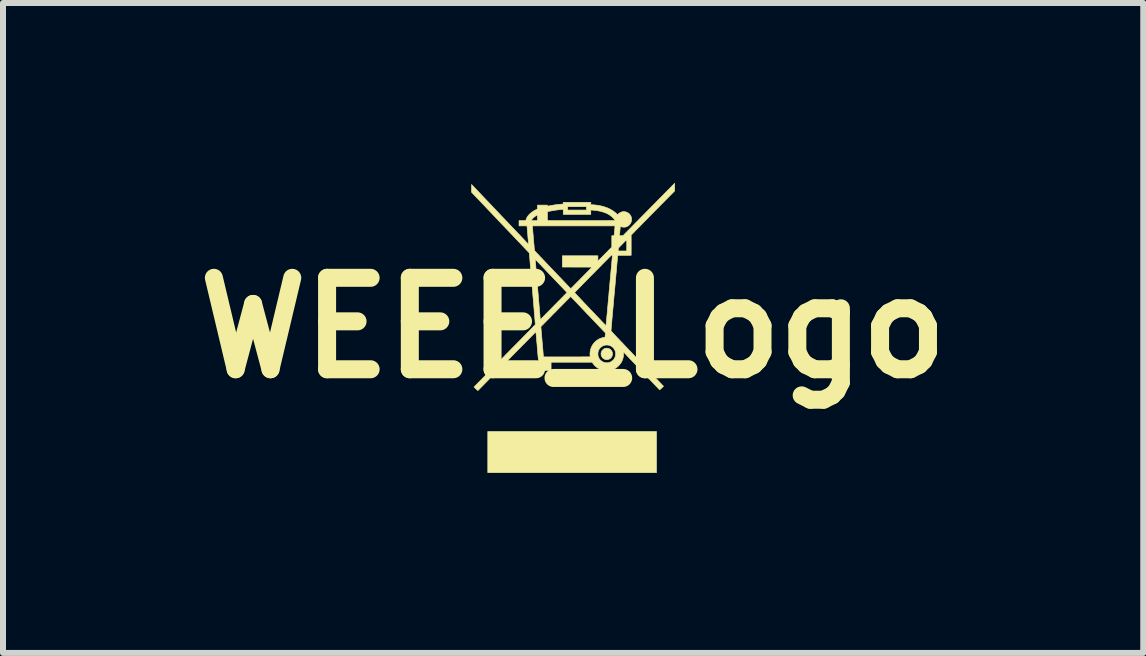
<source format=kicad_pcb>
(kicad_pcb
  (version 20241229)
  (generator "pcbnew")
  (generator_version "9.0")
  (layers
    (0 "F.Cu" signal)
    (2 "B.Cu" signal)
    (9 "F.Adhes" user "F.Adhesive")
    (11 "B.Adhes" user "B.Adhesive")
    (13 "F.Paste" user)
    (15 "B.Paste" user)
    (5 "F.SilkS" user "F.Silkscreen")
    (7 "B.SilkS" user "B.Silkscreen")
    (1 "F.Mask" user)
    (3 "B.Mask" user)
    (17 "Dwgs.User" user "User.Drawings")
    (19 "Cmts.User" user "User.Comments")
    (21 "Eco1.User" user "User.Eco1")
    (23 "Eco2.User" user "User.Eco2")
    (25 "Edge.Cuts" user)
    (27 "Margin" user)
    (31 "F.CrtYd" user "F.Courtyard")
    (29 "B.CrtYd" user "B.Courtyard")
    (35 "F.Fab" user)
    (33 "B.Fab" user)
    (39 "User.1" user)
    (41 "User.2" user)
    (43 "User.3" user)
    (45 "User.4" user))
  (footprint "WEEE_Logo"
    (layer "F.Cu")
    (at 6.502 2.415)
    (property "Reference" "WEEE_Logo" (at 0 0 0) (layer "F.SilkS") (effects (font (size 1.524 1.524) (thickness 0.3))))
    (attr through_hole)
    (fp_poly (pts (xy 1.39 2.413) (xy -1.422 2.413) (xy -1.422 1.727) (xy 1.39 1.727) (xy 1.39 2.413)) (stroke (width 0.01) (type solid)) (fill yes) (layer "F.SilkS"))
    (fp_poly (pts (xy 0.579 0.34) (xy 0.596 0.344) (xy 0.611 0.352) (xy 0.625 0.362) (xy 0.628 0.366) (xy 0.64 0.379) (xy 0.648 0.394) (xy 0.654 0.409) (xy 0.656 0.425) (xy 0.656 0.441) (xy 0.654 0.456) (xy 0.649 0.471) (xy 0.642 0.485) (xy 0.632 0.498) (xy 0.621 0.509) (xy 0.607 0.518) (xy 0.591 0.524) (xy 0.58 0.527) (xy 0.568 0.529) (xy 0.557 0.53) (xy 0.545 0.528) (xy 0.542 0.527) (xy 0.527 0.523) (xy 0.512 0.515) (xy 0.499 0.506) (xy 0.487 0.494) (xy 0.479 0.482) (xy 0.476 0.477) (xy 0.469 0.46) (xy 0.466 0.443) (xy 0.466 0.426) (xy 0.469 0.409) (xy 0.475 0.393) (xy 0.484 0.378) (xy 0.494 0.367) (xy 0.507 0.355) (xy 0.522 0.346) (xy 0.537 0.341) (xy 0.554 0.338) (xy 0.561 0.338) (xy 0.579 0.34)) (stroke (width 0.01) (type solid)) (fill yes) (layer "F.SilkS"))
    (fp_poly (pts (xy 1.693 -2.347) (xy 1.693 -2.283) (xy 1.325 -1.91) (xy 1.29 -1.875) (xy 1.257 -1.841) (xy 1.227 -1.81) (xy 1.198 -1.781) (xy 1.172 -1.755) (xy 1.148 -1.73) (xy 1.125 -1.707) (xy 1.105 -1.686) (xy 1.086 -1.667) (xy 1.069 -1.65) (xy 1.053 -1.634) (xy 1.039 -1.62) (xy 1.027 -1.607) (xy 1.016 -1.595) (xy 1.006 -1.585) (xy 0.997 -1.576) (xy 0.99 -1.569) (xy 0.983 -1.562) (xy 0.978 -1.556) (xy 0.974 -1.551) (xy 0.97 -1.547) (xy 0.967 -1.544) (xy 0.965 -1.542) (xy 0.963 -1.54) (xy 0.962 -1.538) (xy 0.962 -1.537) (xy 0.962 -1.537) (xy 0.962 -1.536) (xy 0.962 -1.536) (xy 0.962 -1.536) (xy 0.968 -1.535) (xy 0.968 -1.21) (xy 0.856 -1.209) (xy 0.833 -1.209) (xy 0.814 -1.209) (xy 0.798 -1.209) (xy 0.784 -1.209) (xy 0.773 -1.209) (xy 0.764 -1.209) (xy 0.757 -1.208) (xy 0.752 -1.208) (xy 0.748 -1.208) (xy 0.745 -1.208) (xy 0.744 -1.207) (xy 0.743 -1.207) (xy 0.743 -1.206) (xy 0.743 -1.205) (xy 0.743 -1.199) (xy 0.742 -1.191) (xy 0.741 -1.18) (xy 0.74 -1.166) (xy 0.738 -1.149) (xy 0.737 -1.129) (xy 0.735 -1.107) (xy 0.732 -1.082) (xy 0.73 -1.055) (xy 0.727 -1.026) (xy 0.725 -0.995) (xy 0.722 -0.962) (xy 0.719 -0.927) (xy 0.715 -0.89) (xy 0.712 -0.852) (xy 0.708 -0.812) (xy 0.705 -0.771) (xy 0.701 -0.729) (xy 0.697 -0.685) (xy 0.693 -0.641) (xy 0.689 -0.595) (xy 0.687 -0.58) (xy 0.683 -0.535) (xy 0.679 -0.49) (xy 0.675 -0.446) (xy 0.672 -0.403) (xy 0.668 -0.361) (xy 0.664 -0.321) (xy 0.661 -0.282) (xy 0.657 -0.245) (xy 0.654 -0.209) (xy 0.651 -0.175) (xy 0.648 -0.143) (xy 0.646 -0.113) (xy 0.643 -0.086) (xy 0.641 -0.06) (xy 0.639 -0.037) (xy 0.637 -0.016) (xy 0.636 0.002) (xy 0.635 0.017) (xy 0.633 0.029) (xy 0.633 0.039) (xy 0.632 0.045) (xy 0.632 0.048) (xy 0.632 0.048) (xy 0.632 0.049) (xy 0.633 0.051) (xy 0.635 0.053) (xy 0.637 0.055) (xy 0.64 0.059) (xy 0.644 0.063) (xy 0.649 0.068) (xy 0.654 0.075) (xy 0.661 0.082) (xy 0.669 0.091) (xy 0.678 0.1) (xy 0.688 0.111) (xy 0.7 0.124) (xy 0.713 0.138) (xy 0.727 0.153) (xy 0.743 0.17) (xy 0.761 0.188) (xy 0.78 0.209) (xy 0.801 0.231) (xy 0.824 0.254) (xy 0.848 0.28) (xy 0.874 0.308) (xy 0.903 0.338) (xy 0.933 0.37) (xy 0.966 0.404) (xy 1 0.44) (xy 1.037 0.479) (xy 1.057 0.5) (xy 1.089 0.534) (xy 1.12 0.566) (xy 1.15 0.598) (xy 1.18 0.629) (xy 1.209 0.659) (xy 1.237 0.689) (xy 1.264 0.717) (xy 1.29 0.744) (xy 1.314 0.77) (xy 1.338 0.795) (xy 1.36 0.819) (xy 1.381 0.841) (xy 1.4 0.861) (xy 1.418 0.88) (xy 1.434 0.897) (xy 1.449 0.912) (xy 1.462 0.925) (xy 1.472 0.937) (xy 1.481 0.946) (xy 1.488 0.953) (xy 1.492 0.958) (xy 1.495 0.96) (xy 1.495 0.96) (xy 1.507 0.973) (xy 1.476 1.003) (xy 1.467 1.011) (xy 1.459 1.018) (xy 1.453 1.024) (xy 1.447 1.029) (xy 1.444 1.032) (xy 1.443 1.033) (xy 1.442 1.031) (xy 1.438 1.028) (xy 1.433 1.022) (xy 1.425 1.014) (xy 1.416 1.005) (xy 1.405 0.993) (xy 1.392 0.98) (xy 1.378 0.965) (xy 1.362 0.949) (xy 1.345 0.931) (xy 1.327 0.912) (xy 1.308 0.892) (xy 1.288 0.871) (xy 1.267 0.85) (xy 1.246 0.827) (xy 1.224 0.804) (xy 1.202 0.781) (xy 1.179 0.757) (xy 1.156 0.733) (xy 1.133 0.709) (xy 1.11 0.685) (xy 1.087 0.661) (xy 1.065 0.637) (xy 1.043 0.614) (xy 1.021 0.591) (xy 1 0.569) (xy 0.98 0.548) (xy 0.961 0.528) (xy 0.942 0.509) (xy 0.925 0.49) (xy 0.909 0.474) (xy 0.894 0.458) (xy 0.881 0.444) (xy 0.87 0.432) (xy 0.86 0.422) (xy 0.852 0.413) (xy 0.847 0.408) (xy 0.84 0.4) (xy 0.841 0.42) (xy 0.841 0.448) (xy 0.838 0.476) (xy 0.832 0.505) (xy 0.823 0.532) (xy 0.812 0.558) (xy 0.802 0.577) (xy 0.784 0.602) (xy 0.764 0.626) (xy 0.742 0.647) (xy 0.718 0.665) (xy 0.692 0.681) (xy 0.664 0.694) (xy 0.634 0.704) (xy 0.617 0.708) (xy 0.611 0.709) (xy 0.605 0.71) (xy 0.599 0.711) (xy 0.592 0.711) (xy 0.583 0.712) (xy 0.571 0.712) (xy 0.562 0.712) (xy 0.549 0.712) (xy 0.539 0.712) (xy 0.531 0.712) (xy 0.524 0.711) (xy 0.518 0.71) (xy 0.512 0.709) (xy 0.506 0.708) (xy 0.476 0.7) (xy 0.447 0.689) (xy 0.42 0.675) (xy 0.395 0.658) (xy 0.371 0.639) (xy 0.35 0.617) (xy 0.332 0.593) (xy 0.328 0.588) (xy 0.318 0.572) (xy -0.025 0.572) (xy -0.367 0.572) (xy -0.367 0.71) (xy -0.544 0.71) (xy -0.544 0.572) (xy -0.552 0.569) (xy -0.561 0.563) (xy -0.569 0.556) (xy -0.575 0.547) (xy -0.576 0.543) (xy -0.577 0.541) (xy -0.577 0.538) (xy -0.578 0.532) (xy -0.579 0.525) (xy -0.58 0.516) (xy -0.581 0.504) (xy -0.583 0.49) (xy -0.584 0.474) (xy -0.586 0.455) (xy -0.588 0.433) (xy -0.59 0.409) (xy -0.592 0.382) (xy -0.595 0.351) (xy -0.598 0.318) (xy -0.599 0.301) (xy -0.601 0.273) (xy -0.604 0.246) (xy -0.606 0.22) (xy -0.608 0.196) (xy -0.61 0.173) (xy -0.612 0.152) (xy -0.614 0.132) (xy -0.615 0.115) (xy -0.617 0.1) (xy -0.618 0.088) (xy -0.619 0.078) (xy -0.62 0.071) (xy -0.62 0.067) (xy -0.62 0.066) (xy -0.622 0.067) (xy -0.625 0.071) (xy -0.631 0.076) (xy -0.639 0.084) (xy -0.648 0.094) (xy -0.66 0.106) (xy -0.673 0.119) (xy -0.689 0.135) (xy -0.705 0.152) (xy -0.724 0.17) (xy -0.743 0.19) (xy -0.764 0.211) (xy -0.787 0.234) (xy -0.81 0.258) (xy -0.835 0.282) (xy -0.86 0.308) (xy -0.886 0.335) (xy -0.913 0.362) (xy -0.941 0.39) (xy -0.969 0.418) (xy -0.997 0.447) (xy -1.026 0.476) (xy -1.055 0.506) (xy -1.085 0.536) (xy -1.114 0.566) (xy -1.143 0.595) (xy -1.173 0.625) (xy -1.202 0.654) (xy -1.23 0.684) (xy -1.259 0.712) (xy -1.287 0.74) (xy -1.314 0.768) (xy -1.34 0.795) (xy -1.366 0.821) (xy -1.391 0.846) (xy -1.414 0.87) (xy -1.437 0.893) (xy -1.459 0.915) (xy -1.479 0.936) (xy -1.498 0.955) (xy -1.515 0.973) (xy -1.531 0.989) (xy -1.545 1.003) (xy -1.558 1.016) (xy -1.568 1.027) (xy -1.577 1.035) (xy -1.583 1.042) (xy -1.585 1.043) (xy -1.586 1.044) (xy -1.587 1.044) (xy -1.589 1.044) (xy -1.591 1.042) (xy -1.595 1.038) (xy -1.601 1.034) (xy -1.608 1.027) (xy -1.617 1.018) (xy -1.619 1.017) (xy -1.627 1.009) (xy -1.635 1.001) (xy -1.642 0.995) (xy -1.647 0.99) (xy -1.65 0.987) (xy -1.651 0.985) (xy -1.65 0.984) (xy -1.646 0.981) (xy -1.64 0.975) (xy -1.633 0.967) (xy -1.623 0.956) (xy -1.611 0.944) (xy -1.597 0.93) (xy -1.581 0.914) (xy -1.564 0.896) (xy -1.545 0.877) (xy -1.524 0.856) (xy -1.502 0.833) (xy -1.478 0.809) (xy -1.453 0.783) (xy -1.427 0.757) (xy -1.399 0.729) (xy -1.37 0.699) (xy -1.341 0.669) (xy -1.31 0.638) (xy -1.278 0.605) (xy -1.245 0.572) (xy -1.212 0.538) (xy -1.178 0.504) (xy -1.143 0.469) (xy -1.141 0.466) (xy -1.099 0.424) (xy -1.06 0.384) (xy -1.023 0.346) (xy -0.988 0.311) (xy -0.955 0.278) (xy -0.925 0.247) (xy -0.896 0.218) (xy -0.869 0.191) (xy -0.845 0.165) (xy -0.821 0.142) (xy -0.8 0.12) (xy -0.78 0.1) (xy -0.762 0.081) (xy -0.746 0.065) (xy -0.73 0.049) (xy -0.717 0.035) (xy -0.704 0.022) (xy -0.693 0.011) (xy -0.683 0.000278) (xy -0.674 -0.009) (xy -0.666 -0.017) (xy -0.663 -0.021) (xy -0.537 -0.021) (xy -0.516 0.229) (xy -0.513 0.258) (xy -0.511 0.285) (xy -0.509 0.312) (xy -0.506 0.338) (xy -0.504 0.362) (xy -0.502 0.384) (xy -0.501 0.405) (xy -0.499 0.423) (xy -0.498 0.44) (xy -0.497 0.454) (xy -0.496 0.465) (xy -0.495 0.473) (xy -0.495 0.479) (xy -0.494 0.481) (xy -0.494 0.481) (xy -0.494 0.482) (xy -0.494 0.482) (xy -0.493 0.482) (xy -0.492 0.482) (xy -0.489 0.483) (xy -0.486 0.483) (xy -0.483 0.483) (xy -0.478 0.483) (xy -0.471 0.483) (xy -0.464 0.484) (xy -0.455 0.484) (xy -0.444 0.484) (xy -0.432 0.484) (xy -0.417 0.484) (xy -0.401 0.484) (xy -0.383 0.484) (xy -0.362 0.484) (xy -0.34 0.484) (xy -0.314 0.484) (xy -0.286 0.484) (xy -0.255 0.484) (xy -0.222 0.484) (xy -0.185 0.484) (xy -0.145 0.484) (xy -0.105 0.484) (xy -0.061 0.484) (xy -0.021 0.484) (xy 0.017 0.484) (xy 0.051 0.484) (xy 0.082 0.484) (xy 0.111 0.484) (xy 0.136 0.483) (xy 0.16 0.483) (xy 0.18 0.483) (xy 0.199 0.483) (xy 0.215 0.483) (xy 0.23 0.483) (xy 0.242 0.483) (xy 0.252 0.483) (xy 0.261 0.483) (xy 0.268 0.482) (xy 0.274 0.482) (xy 0.278 0.482) (xy 0.282 0.482) (xy 0.284 0.482) (xy 0.285 0.481) (xy 0.285 0.481) (xy 0.285 0.479) (xy 0.284 0.474) (xy 0.283 0.466) (xy 0.283 0.458) (xy 0.282 0.456) (xy 0.282 0.445) (xy 0.414 0.445) (xy 0.415 0.461) (xy 0.419 0.476) (xy 0.424 0.49) (xy 0.431 0.504) (xy 0.438 0.517) (xy 0.447 0.528) (xy 0.451 0.533) (xy 0.467 0.548) (xy 0.486 0.561) (xy 0.505 0.571) (xy 0.526 0.578) (xy 0.547 0.581) (xy 0.569 0.582) (xy 0.591 0.579) (xy 0.595 0.578) (xy 0.616 0.572) (xy 0.635 0.562) (xy 0.653 0.55) (xy 0.669 0.536) (xy 0.683 0.519) (xy 0.694 0.5) (xy 0.702 0.479) (xy 0.704 0.475) (xy 0.706 0.469) (xy 0.707 0.463) (xy 0.708 0.457) (xy 0.708 0.451) (xy 0.708 0.442) (xy 0.709 0.434) (xy 0.708 0.424) (xy 0.708 0.415) (xy 0.708 0.409) (xy 0.707 0.403) (xy 0.705 0.397) (xy 0.705 0.396) (xy 0.697 0.374) (xy 0.686 0.354) (xy 0.673 0.336) (xy 0.658 0.321) (xy 0.64 0.308) (xy 0.621 0.298) (xy 0.604 0.291) (xy 0.583 0.287) (xy 0.562 0.285) (xy 0.541 0.287) (xy 0.52 0.291) (xy 0.501 0.298) (xy 0.482 0.308) (xy 0.465 0.321) (xy 0.45 0.335) (xy 0.437 0.352) (xy 0.428 0.368) (xy 0.422 0.382) (xy 0.418 0.394) (xy 0.416 0.406) (xy 0.414 0.421) (xy 0.414 0.427) (xy 0.414 0.445) (xy 0.282 0.445) (xy 0.282 0.428) (xy 0.284 0.399) (xy 0.289 0.37) (xy 0.297 0.342) (xy 0.299 0.336) (xy 0.311 0.308) (xy 0.326 0.282) (xy 0.343 0.258) (xy 0.363 0.236) (xy 0.385 0.216) (xy 0.409 0.199) (xy 0.435 0.184) (xy 0.462 0.172) (xy 0.491 0.163) (xy 0.506 0.159) (xy 0.513 0.158) (xy 0.52 0.157) (xy 0.525 0.156) (xy 0.527 0.156) (xy 0.529 0.156) (xy 0.53 0.155) (xy 0.531 0.154) (xy 0.532 0.152) (xy 0.533 0.148) (xy 0.534 0.142) (xy 0.534 0.134) (xy 0.535 0.123) (xy 0.536 0.116) (xy 0.539 0.084) (xy 0.529 0.074) (xy 0.48 0.023) (xy 0.434 -0.026) (xy 0.389 -0.073) (xy 0.348 -0.117) (xy 0.308 -0.158) (xy 0.271 -0.198) (xy 0.235 -0.234) (xy 0.202 -0.269) (xy 0.172 -0.301) (xy 0.143 -0.331) (xy 0.117 -0.359) (xy 0.092 -0.385) (xy 0.07 -0.408) (xy 0.05 -0.429) (xy 0.032 -0.448) (xy 0.016 -0.465) (xy 0.002 -0.479) (xy -0.01 -0.492) (xy -0.02 -0.502) (xy -0.028 -0.51) (xy -0.034 -0.516) (xy -0.038 -0.521) (xy -0.04 -0.523) (xy -0.041 -0.523) (xy -0.042 -0.522) (xy -0.046 -0.518) (xy -0.051 -0.512) (xy -0.059 -0.505) (xy -0.068 -0.495) (xy -0.079 -0.484) (xy -0.092 -0.472) (xy -0.106 -0.458) (xy -0.121 -0.443) (xy -0.137 -0.426) (xy -0.154 -0.409) (xy -0.172 -0.391) (xy -0.184 -0.378) (xy -0.205 -0.357) (xy -0.227 -0.335) (xy -0.25 -0.312) (xy -0.273 -0.288) (xy -0.296 -0.264) (xy -0.32 -0.241) (xy -0.343 -0.218) (xy -0.364 -0.195) (xy -0.385 -0.174) (xy -0.404 -0.155) (xy -0.422 -0.137) (xy -0.431 -0.128) (xy -0.537 -0.021) (xy -0.663 -0.021) (xy -0.659 -0.024) (xy -0.653 -0.031) (xy -0.648 -0.036) (xy -0.644 -0.041) (xy -0.64 -0.044) (xy -0.637 -0.048) (xy -0.635 -0.05) (xy -0.633 -0.053) (xy -0.632 -0.054) (xy -0.631 -0.056) (xy -0.63 -0.057) (xy -0.63 -0.058) (xy -0.63 -0.058) (xy -0.63 -0.059) (xy -0.63 -0.061) (xy -0.63 -0.066) (xy -0.631 -0.075) (xy -0.632 -0.086) (xy -0.633 -0.101) (xy -0.635 -0.118) (xy -0.636 -0.138) (xy -0.638 -0.16) (xy -0.64 -0.185) (xy -0.643 -0.212) (xy -0.645 -0.241) (xy -0.648 -0.272) (xy -0.65 -0.305) (xy -0.653 -0.34) (xy -0.656 -0.377) (xy -0.66 -0.415) (xy -0.663 -0.454) (xy -0.666 -0.495) (xy -0.67 -0.537) (xy -0.673 -0.58) (xy -0.677 -0.624) (xy -0.68 -0.657) (xy -0.721 -1.144) (xy -0.631 -1.144) (xy -0.631 -1.142) (xy -0.631 -1.137) (xy -0.63 -1.129) (xy -0.629 -1.118) (xy -0.628 -1.104) (xy -0.627 -1.088) (xy -0.625 -1.069) (xy -0.623 -1.047) (xy -0.621 -1.023) (xy -0.619 -0.997) (xy -0.617 -0.969) (xy -0.614 -0.938) (xy -0.612 -0.906) (xy -0.609 -0.873) (xy -0.606 -0.838) (xy -0.603 -0.801) (xy -0.599 -0.763) (xy -0.596 -0.724) (xy -0.593 -0.684) (xy -0.589 -0.643) (xy -0.589 -0.643) (xy -0.586 -0.602) (xy -0.582 -0.562) (xy -0.579 -0.523) (xy -0.576 -0.485) (xy -0.573 -0.448) (xy -0.57 -0.413) (xy -0.567 -0.379) (xy -0.564 -0.347) (xy -0.562 -0.317) (xy -0.559 -0.288) (xy -0.557 -0.262) (xy -0.555 -0.238) (xy -0.553 -0.216) (xy -0.552 -0.197) (xy -0.55 -0.18) (xy -0.549 -0.166) (xy -0.548 -0.155) (xy -0.548 -0.146) (xy -0.547 -0.141) (xy -0.547 -0.139) (xy -0.547 -0.139) (xy -0.546 -0.139) (xy -0.543 -0.141) (xy -0.538 -0.146) (xy -0.534 -0.149) (xy -0.532 -0.152) (xy -0.527 -0.157) (xy -0.52 -0.164) (xy -0.511 -0.173) (xy -0.5 -0.184) (xy -0.488 -0.196) (xy -0.474 -0.21) (xy -0.459 -0.226) (xy -0.443 -0.243) (xy -0.425 -0.26) (xy -0.407 -0.279) (xy -0.387 -0.299) (xy -0.367 -0.319) (xy -0.347 -0.34) (xy -0.326 -0.361) (xy -0.306 -0.382) (xy -0.285 -0.402) (xy -0.266 -0.422) (xy -0.247 -0.442) (xy -0.228 -0.46) (xy -0.211 -0.477) (xy -0.196 -0.493) (xy -0.181 -0.508) (xy -0.168 -0.521) (xy -0.157 -0.532) (xy -0.148 -0.542) (xy -0.141 -0.549) (xy -0.137 -0.553) (xy -0.101 -0.589) (xy 0.024 -0.589) (xy 0.025 -0.587) (xy 0.029 -0.583) (xy 0.034 -0.578) (xy 0.041 -0.57) (xy 0.051 -0.56) (xy 0.061 -0.548) (xy 0.074 -0.535) (xy 0.088 -0.52) (xy 0.103 -0.504) (xy 0.119 -0.487) (xy 0.137 -0.468) (xy 0.155 -0.449) (xy 0.174 -0.428) (xy 0.194 -0.407) (xy 0.215 -0.386) (xy 0.235 -0.364) (xy 0.257 -0.341) (xy 0.278 -0.319) (xy 0.299 -0.296) (xy 0.321 -0.274) (xy 0.342 -0.252) (xy 0.363 -0.23) (xy 0.383 -0.208) (xy 0.403 -0.188) (xy 0.422 -0.168) (xy 0.44 -0.149) (xy 0.457 -0.131) (xy 0.473 -0.114) (xy 0.488 -0.098) (xy 0.502 -0.084) (xy 0.514 -0.072) (xy 0.524 -0.061) (xy 0.533 -0.052) (xy 0.54 -0.045) (xy 0.545 -0.04) (xy 0.548 -0.037) (xy 0.548 -0.037) (xy 0.549 -0.038) (xy 0.549 -0.043) (xy 0.55 -0.051) (xy 0.551 -0.063) (xy 0.552 -0.077) (xy 0.554 -0.093) (xy 0.556 -0.113) (xy 0.558 -0.135) (xy 0.56 -0.159) (xy 0.562 -0.186) (xy 0.565 -0.214) (xy 0.568 -0.245) (xy 0.571 -0.278) (xy 0.574 -0.313) (xy 0.577 -0.349) (xy 0.581 -0.387) (xy 0.584 -0.426) (xy 0.588 -0.466) (xy 0.592 -0.508) (xy 0.596 -0.551) (xy 0.599 -0.594) (xy 0.602 -0.623) (xy 0.655 -1.208) (xy 0.65 -1.209) (xy 0.646 -1.21) (xy 0.645 -1.213) (xy 0.645 -1.214) (xy 0.645 -1.215) (xy 0.644 -1.215) (xy 0.643 -1.214) (xy 0.642 -1.213) (xy 0.64 -1.212) (xy 0.638 -1.21) (xy 0.634 -1.207) (xy 0.63 -1.203) (xy 0.625 -1.198) (xy 0.619 -1.192) (xy 0.612 -1.186) (xy 0.604 -1.178) (xy 0.595 -1.168) (xy 0.584 -1.158) (xy 0.572 -1.145) (xy 0.559 -1.132) (xy 0.544 -1.117) (xy 0.527 -1.1) (xy 0.508 -1.081) (xy 0.488 -1.061) (xy 0.466 -1.038) (xy 0.442 -1.014) (xy 0.416 -0.987) (xy 0.387 -0.958) (xy 0.357 -0.927) (xy 0.335 -0.905) (xy 0.308 -0.878) (xy 0.281 -0.851) (xy 0.256 -0.825) (xy 0.231 -0.8) (xy 0.207 -0.775) (xy 0.184 -0.752) (xy 0.162 -0.73) (xy 0.142 -0.709) (xy 0.123 -0.689) (xy 0.105 -0.671) (xy 0.089 -0.655) (xy 0.074 -0.64) (xy 0.061 -0.626) (xy 0.05 -0.615) (xy 0.04 -0.605) (xy 0.033 -0.598) (xy 0.028 -0.593) (xy 0.025 -0.589) (xy 0.024 -0.589) (xy -0.101 -0.589) (xy -0.101 -0.589) (xy -0.366 -0.867) (xy -0.391 -0.893) (xy -0.415 -0.918) (xy -0.438 -0.942) (xy -0.461 -0.966) (xy -0.482 -0.989) (xy -0.503 -1.01) (xy -0.522 -1.031) (xy -0.54 -1.05) (xy -0.557 -1.067) (xy -0.572 -1.083) (xy -0.586 -1.098) (xy -0.598 -1.11) (xy -0.609 -1.121) (xy -0.617 -1.13) (xy -0.624 -1.137) (xy -0.628 -1.142) (xy -0.631 -1.144) (xy -0.631 -1.144) (xy -0.721 -1.144) (xy -0.73 -1.249) (xy -0.735 -1.254) (xy -0.737 -1.256) (xy -0.741 -1.26) (xy -0.747 -1.267) (xy -0.756 -1.276) (xy -0.766 -1.287) (xy -0.778 -1.3) (xy -0.792 -1.314) (xy -0.808 -1.331) (xy -0.825 -1.349) (xy -0.843 -1.368) (xy -0.863 -1.389) (xy -0.884 -1.412) (xy -0.907 -1.435) (xy -0.93 -1.46) (xy -0.955 -1.485) (xy -0.98 -1.512) (xy -1.006 -1.54) (xy -1.033 -1.568) (xy -1.06 -1.597) (xy -1.088 -1.626) (xy -1.117 -1.656) (xy -1.145 -1.686) (xy -1.174 -1.716) (xy -1.203 -1.746) (xy -1.232 -1.777) (xy -1.261 -1.807) (xy -1.289 -1.837) (xy -1.318 -1.867) (xy -1.346 -1.897) (xy -1.373 -1.926) (xy -1.4 -1.954) (xy -1.427 -1.982) (xy -1.452 -2.009) (xy -1.477 -2.035) (xy -1.501 -2.06) (xy -1.524 -2.084) (xy -1.545 -2.106) (xy -1.566 -2.128) (xy -1.585 -2.148) (xy -1.602 -2.166) (xy -1.618 -2.183) (xy -1.633 -2.198) (xy -1.646 -2.212) (xy -1.657 -2.223) (xy -1.666 -2.233) (xy -1.673 -2.24) (xy -1.678 -2.245) (xy -1.68 -2.248) (xy -1.681 -2.249) (xy -1.693 -2.262) (xy -1.693 -2.326) (xy -1.692 -2.39) (xy -1.218 -1.891) (xy -1.185 -1.856) (xy -1.152 -1.822) (xy -1.12 -1.788) (xy -1.089 -1.756) (xy -1.059 -1.724) (xy -1.029 -1.693) (xy -1.001 -1.663) (xy -0.973 -1.634) (xy -0.947 -1.607) (xy -0.922 -1.58) (xy -0.898 -1.556) (xy -0.876 -1.532) (xy -0.855 -1.51) (xy -0.836 -1.49) (xy -0.818 -1.471) (xy -0.802 -1.454) (xy -0.788 -1.439) (xy -0.775 -1.426) (xy -0.764 -1.415) (xy -0.756 -1.406) (xy -0.749 -1.399) (xy -0.745 -1.395) (xy -0.743 -1.393) (xy -0.743 -1.392) (xy -0.743 -1.394) (xy -0.743 -1.399) (xy -0.744 -1.406) (xy -0.744 -1.416) (xy -0.745 -1.429) (xy -0.747 -1.443) (xy -0.748 -1.459) (xy -0.749 -1.476) (xy -0.751 -1.494) (xy -0.753 -1.513) (xy -0.754 -1.533) (xy -0.756 -1.553) (xy -0.758 -1.572) (xy -0.759 -1.591) (xy -0.761 -1.61) (xy -0.762 -1.628) (xy -0.764 -1.644) (xy -0.765 -1.659) (xy -0.766 -1.672) (xy -0.767 -1.683) (xy -0.768 -1.691) (xy -0.768 -1.697) (xy -0.769 -1.699) (xy -0.769 -1.7) (xy -0.77 -1.7) (xy -0.775 -1.7) (xy -0.782 -1.7) (xy -0.792 -1.7) (xy -0.804 -1.7) (xy -0.817 -1.7) (xy -0.831 -1.7) (xy -0.835 -1.7) (xy -0.679 -1.7) (xy -0.678 -1.691) (xy -0.678 -1.688) (xy -0.677 -1.682) (xy -0.676 -1.674) (xy -0.675 -1.662) (xy -0.674 -1.648) (xy -0.673 -1.631) (xy -0.671 -1.613) (xy -0.67 -1.593) (xy -0.668 -1.571) (xy -0.666 -1.548) (xy -0.664 -1.523) (xy -0.662 -1.498) (xy -0.661 -1.485) (xy -0.658 -1.455) (xy -0.656 -1.429) (xy -0.654 -1.405) (xy -0.652 -1.384) (xy -0.65 -1.366) (xy -0.649 -1.35) (xy -0.648 -1.336) (xy -0.647 -1.325) (xy -0.646 -1.315) (xy -0.645 -1.308) (xy -0.644 -1.301) (xy -0.644 -1.296) (xy -0.643 -1.293) (xy -0.642 -1.29) (xy -0.642 -1.288) (xy -0.641 -1.286) (xy -0.641 -1.285) (xy -0.64 -1.284) (xy -0.64 -1.284) (xy -0.636 -1.28) (xy -0.631 -1.274) (xy -0.623 -1.266) (xy -0.614 -1.257) (xy -0.603 -1.245) (xy -0.59 -1.232) (xy -0.576 -1.217) (xy -0.56 -1.2) (xy -0.544 -1.182) (xy -0.526 -1.164) (xy -0.507 -1.144) (xy -0.487 -1.123) (xy -0.466 -1.101) (xy -0.445 -1.078) (xy -0.423 -1.055) (xy -0.4 -1.032) (xy -0.378 -1.008) (xy -0.355 -0.984) (xy -0.332 -0.96) (xy -0.309 -0.936) (xy -0.286 -0.912) (xy -0.264 -0.888) (xy -0.241 -0.865) (xy -0.22 -0.843) (xy -0.199 -0.821) (xy -0.179 -0.8) (xy -0.159 -0.779) (xy -0.141 -0.76) (xy -0.124 -0.742) (xy -0.108 -0.725) (xy -0.093 -0.71) (xy -0.08 -0.696) (xy -0.069 -0.684) (xy -0.059 -0.674) (xy -0.051 -0.666) (xy -0.045 -0.66) (xy -0.041 -0.656) (xy -0.039 -0.654) (xy -0.039 -0.654) (xy -0.038 -0.655) (xy -0.034 -0.658) (xy -0.028 -0.664) (xy -0.021 -0.672) (xy -0.011 -0.681) (xy -0.000014 -0.692) (xy 0.013 -0.705) (xy 0.027 -0.72) (xy 0.043 -0.735) (xy 0.059 -0.752) (xy 0.077 -0.77) (xy 0.096 -0.789) (xy 0.116 -0.809) (xy 0.136 -0.83) (xy 0.14 -0.834) (xy 0.317 -1.013) (xy -0.179 -1.014) (xy -0.179 -1.202) (xy 0.413 -1.202) (xy 0.414 -1.112) (xy 0.581 -1.282) (xy 0.75 -1.282) (xy 0.894 -1.282) (xy 0.894 -1.463) (xy 0.889 -1.463) (xy 0.888 -1.463) (xy 0.886 -1.462) (xy 0.884 -1.46) (xy 0.88 -1.457) (xy 0.876 -1.453) (xy 0.87 -1.448) (xy 0.863 -1.441) (xy 0.854 -1.432) (xy 0.843 -1.421) (xy 0.831 -1.408) (xy 0.82 -1.397) (xy 0.755 -1.331) (xy 0.753 -1.315) (xy 0.753 -1.306) (xy 0.752 -1.298) (xy 0.751 -1.292) (xy 0.751 -1.29) (xy 0.75 -1.282) (xy 0.581 -1.282) (xy 0.645 -1.347) (xy 0.645 -1.536) (xy 0.665 -1.536) (xy 0.672 -1.536) (xy 0.679 -1.536) (xy 0.683 -1.537) (xy 0.684 -1.537) (xy 0.684 -1.539) (xy 0.685 -1.544) (xy 0.685 -1.552) (xy 0.686 -1.561) (xy 0.687 -1.573) (xy 0.689 -1.587) (xy 0.69 -1.602) (xy 0.691 -1.613) (xy 0.692 -1.629) (xy 0.694 -1.644) (xy 0.695 -1.658) (xy 0.696 -1.67) (xy 0.697 -1.68) (xy 0.697 -1.688) (xy 0.698 -1.693) (xy 0.698 -1.694) (xy 0.698 -1.7) (xy -0.679 -1.7) (xy -0.835 -1.7) (xy -0.901 -1.7) (xy -0.901 -1.788) (xy -0.789 -1.789) (xy -0.788 -1.79) (xy -0.696 -1.79) (xy -0.694 -1.789) (xy -0.69 -1.789) (xy -0.683 -1.789) (xy -0.673 -1.788) (xy -0.662 -1.788) (xy -0.65 -1.788) (xy -0.645 -1.788) (xy -0.594 -1.788) (xy -0.594 -1.835) (xy -0.594 -1.847) (xy -0.594 -1.858) (xy -0.595 -1.867) (xy -0.595 -1.875) (xy -0.595 -1.879) (xy -0.595 -1.881) (xy -0.595 -1.881) (xy -0.598 -1.88) (xy -0.603 -1.878) (xy -0.61 -1.874) (xy -0.617 -1.869) (xy -0.626 -1.864) (xy -0.627 -1.863) (xy -0.638 -1.855) (xy -0.65 -1.846) (xy -0.661 -1.837) (xy -0.67 -1.828) (xy -0.676 -1.821) (xy -0.68 -1.815) (xy -0.685 -1.809) (xy -0.689 -1.803) (xy -0.692 -1.797) (xy -0.695 -1.792) (xy -0.696 -1.79) (xy -0.696 -1.79) (xy -0.788 -1.79) (xy -0.785 -1.801) (xy -0.782 -1.811) (xy -0.777 -1.823) (xy -0.771 -1.836) (xy -0.764 -1.849) (xy -0.757 -1.86) (xy -0.753 -1.864) (xy -0.738 -1.883) (xy -0.719 -1.902) (xy -0.698 -1.92) (xy -0.675 -1.937) (xy -0.675 -1.937) (xy -0.428 -1.937) (xy -0.428 -1.788) (xy 0.137 -1.788) (xy 0.181 -1.788) (xy 0.223 -1.788) (xy 0.265 -1.788) (xy 0.306 -1.788) (xy 0.345 -1.788) (xy 0.383 -1.788) (xy 0.419 -1.788) (xy 0.454 -1.788) (xy 0.487 -1.788) (xy 0.518 -1.788) (xy 0.548 -1.788) (xy 0.575 -1.789) (xy 0.599 -1.789) (xy 0.622 -1.789) (xy 0.642 -1.789) (xy 0.659 -1.789) (xy 0.674 -1.789) (xy 0.686 -1.789) (xy 0.695 -1.789) (xy 0.7 -1.789) (xy 0.703 -1.789) (xy 0.703 -1.789) (xy 0.702 -1.792) (xy 0.699 -1.796) (xy 0.694 -1.802) (xy 0.688 -1.81) (xy 0.681 -1.817) (xy 0.673 -1.826) (xy 0.666 -1.834) (xy 0.661 -1.838) (xy 0.647 -1.852) (xy 0.632 -1.864) (xy 0.618 -1.875) (xy 0.601 -1.886) (xy 0.59 -1.893) (xy 0.561 -1.908) (xy 0.529 -1.921) (xy 0.494 -1.933) (xy 0.457 -1.943) (xy 0.417 -1.951) (xy 0.375 -1.958) (xy 0.331 -1.962) (xy 0.324 -1.963) (xy 0.315 -1.963) (xy 0.307 -1.964) (xy 0.301 -1.964) (xy 0.297 -1.964) (xy 0.296 -1.964) (xy 0.296 -1.963) (xy 0.295 -1.958) (xy 0.295 -1.951) (xy 0.295 -1.942) (xy 0.295 -1.93) (xy 0.295 -1.928) (xy 0.295 -1.891) (xy -0.164 -1.891) (xy -0.164 -1.974) (xy -0.173 -1.974) (xy -0.183 -1.974) (xy -0.195 -1.973) (xy -0.209 -1.972) (xy -0.226 -1.97) (xy -0.243 -1.968) (xy -0.262 -1.966) (xy -0.281 -1.964) (xy -0.299 -1.961) (xy -0.317 -1.958) (xy -0.323 -1.957) (xy -0.333 -1.956) (xy -0.344 -1.954) (xy -0.357 -1.951) (xy -0.37 -1.949) (xy -0.384 -1.946) (xy -0.396 -1.944) (xy -0.407 -1.942) (xy -0.417 -1.94) (xy -0.423 -1.938) (xy -0.425 -1.938) (xy -0.428 -1.937) (xy -0.675 -1.937) (xy -0.65 -1.953) (xy -0.624 -1.967) (xy -0.609 -1.974) (xy -0.594 -1.981) (xy -0.594 -2.02) (xy -0.091 -2.02) (xy -0.091 -1.964) (xy 0.222 -1.964) (xy 0.222 -2.02) (xy -0.091 -2.02) (xy -0.594 -2.02) (xy -0.594 -2.046) (xy -0.428 -2.046) (xy -0.428 -2.037) (xy -0.428 -2.032) (xy -0.428 -2.029) (xy -0.427 -2.029) (xy -0.425 -2.029) (xy -0.42 -2.03) (xy -0.413 -2.031) (xy -0.405 -2.033) (xy -0.394 -2.035) (xy -0.393 -2.035) (xy -0.36 -2.041) (xy -0.325 -2.047) (xy -0.29 -2.052) (xy -0.255 -2.057) (xy -0.221 -2.06) (xy -0.196 -2.062) (xy -0.187 -2.063) (xy -0.179 -2.064) (xy -0.172 -2.064) (xy -0.169 -2.064) (xy -0.168 -2.064) (xy -0.166 -2.064) (xy -0.165 -2.065) (xy -0.165 -2.068) (xy -0.164 -2.073) (xy -0.164 -2.079) (xy -0.164 -2.093) (xy 0.295 -2.093) (xy 0.295 -2.074) (xy 0.295 -2.065) (xy 0.295 -2.059) (xy 0.296 -2.055) (xy 0.298 -2.053) (xy 0.302 -2.052) (xy 0.308 -2.052) (xy 0.311 -2.052) (xy 0.319 -2.052) (xy 0.328 -2.052) (xy 0.34 -2.051) (xy 0.353 -2.05) (xy 0.366 -2.048) (xy 0.379 -2.047) (xy 0.391 -2.046) (xy 0.398 -2.045) (xy 0.445 -2.037) (xy 0.49 -2.027) (xy 0.532 -2.014) (xy 0.572 -2) (xy 0.609 -1.983) (xy 0.643 -1.964) (xy 0.675 -1.943) (xy 0.705 -1.92) (xy 0.726 -1.901) (xy 0.741 -1.885) (xy 0.749 -1.893) (xy 0.761 -1.906) (xy 0.776 -1.916) (xy 0.792 -1.925) (xy 0.81 -1.932) (xy 0.817 -1.934) (xy 0.825 -1.936) (xy 0.833 -1.937) (xy 0.841 -1.937) (xy 0.85 -1.937) (xy 0.851 -1.937) (xy 0.865 -1.936) (xy 0.877 -1.933) (xy 0.888 -1.93) (xy 0.9 -1.925) (xy 0.904 -1.924) (xy 0.921 -1.913) (xy 0.937 -1.9) (xy 0.95 -1.885) (xy 0.961 -1.867) (xy 0.963 -1.864) (xy 0.968 -1.85) (xy 0.972 -1.838) (xy 0.974 -1.824) (xy 0.975 -1.814) (xy 0.974 -1.794) (xy 0.971 -1.774) (xy 0.964 -1.756) (xy 0.955 -1.738) (xy 0.943 -1.723) (xy 0.929 -1.709) (xy 0.913 -1.697) (xy 0.895 -1.688) (xy 0.878 -1.682) (xy 0.86 -1.679) (xy 0.841 -1.679) (xy 0.822 -1.681) (xy 0.804 -1.685) (xy 0.799 -1.687) (xy 0.794 -1.689) (xy 0.79 -1.691) (xy 0.788 -1.691) (xy 0.788 -1.691) (xy 0.787 -1.689) (xy 0.787 -1.684) (xy 0.786 -1.677) (xy 0.785 -1.668) (xy 0.784 -1.657) (xy 0.783 -1.644) (xy 0.782 -1.631) (xy 0.78 -1.617) (xy 0.779 -1.603) (xy 0.778 -1.59) (xy 0.777 -1.577) (xy 0.776 -1.566) (xy 0.775 -1.556) (xy 0.774 -1.548) (xy 0.774 -1.543) (xy 0.774 -1.54) (xy 0.774 -1.536) (xy 0.803 -1.536) (xy 0.832 -1.537) (xy 1.241 -1.952) (xy 1.272 -1.983) (xy 1.303 -2.015) (xy 1.333 -2.045) (xy 1.363 -2.075) (xy 1.391 -2.104) (xy 1.419 -2.133) (xy 1.446 -2.16) (xy 1.472 -2.186) (xy 1.497 -2.211) (xy 1.52 -2.235) (xy 1.542 -2.257) (xy 1.563 -2.278) (xy 1.582 -2.298) (xy 1.6 -2.316) (xy 1.616 -2.332) (xy 1.63 -2.346) (xy 1.642 -2.359) (xy 1.652 -2.369) (xy 1.661 -2.378) (xy 1.667 -2.384) (xy 1.671 -2.388) (xy 1.672 -2.388) (xy 1.693 -2.41) (xy 1.693 -2.347)) (stroke (width 0.01) (type solid)) (fill yes) (layer "F.SilkS")))
  (gr_rect
    (start -3 -3)
    (end 16.005 7.833)
    (stroke (width 0.1) (type default))
    (fill no)
    (layer "Edge.Cuts")))
</source>
